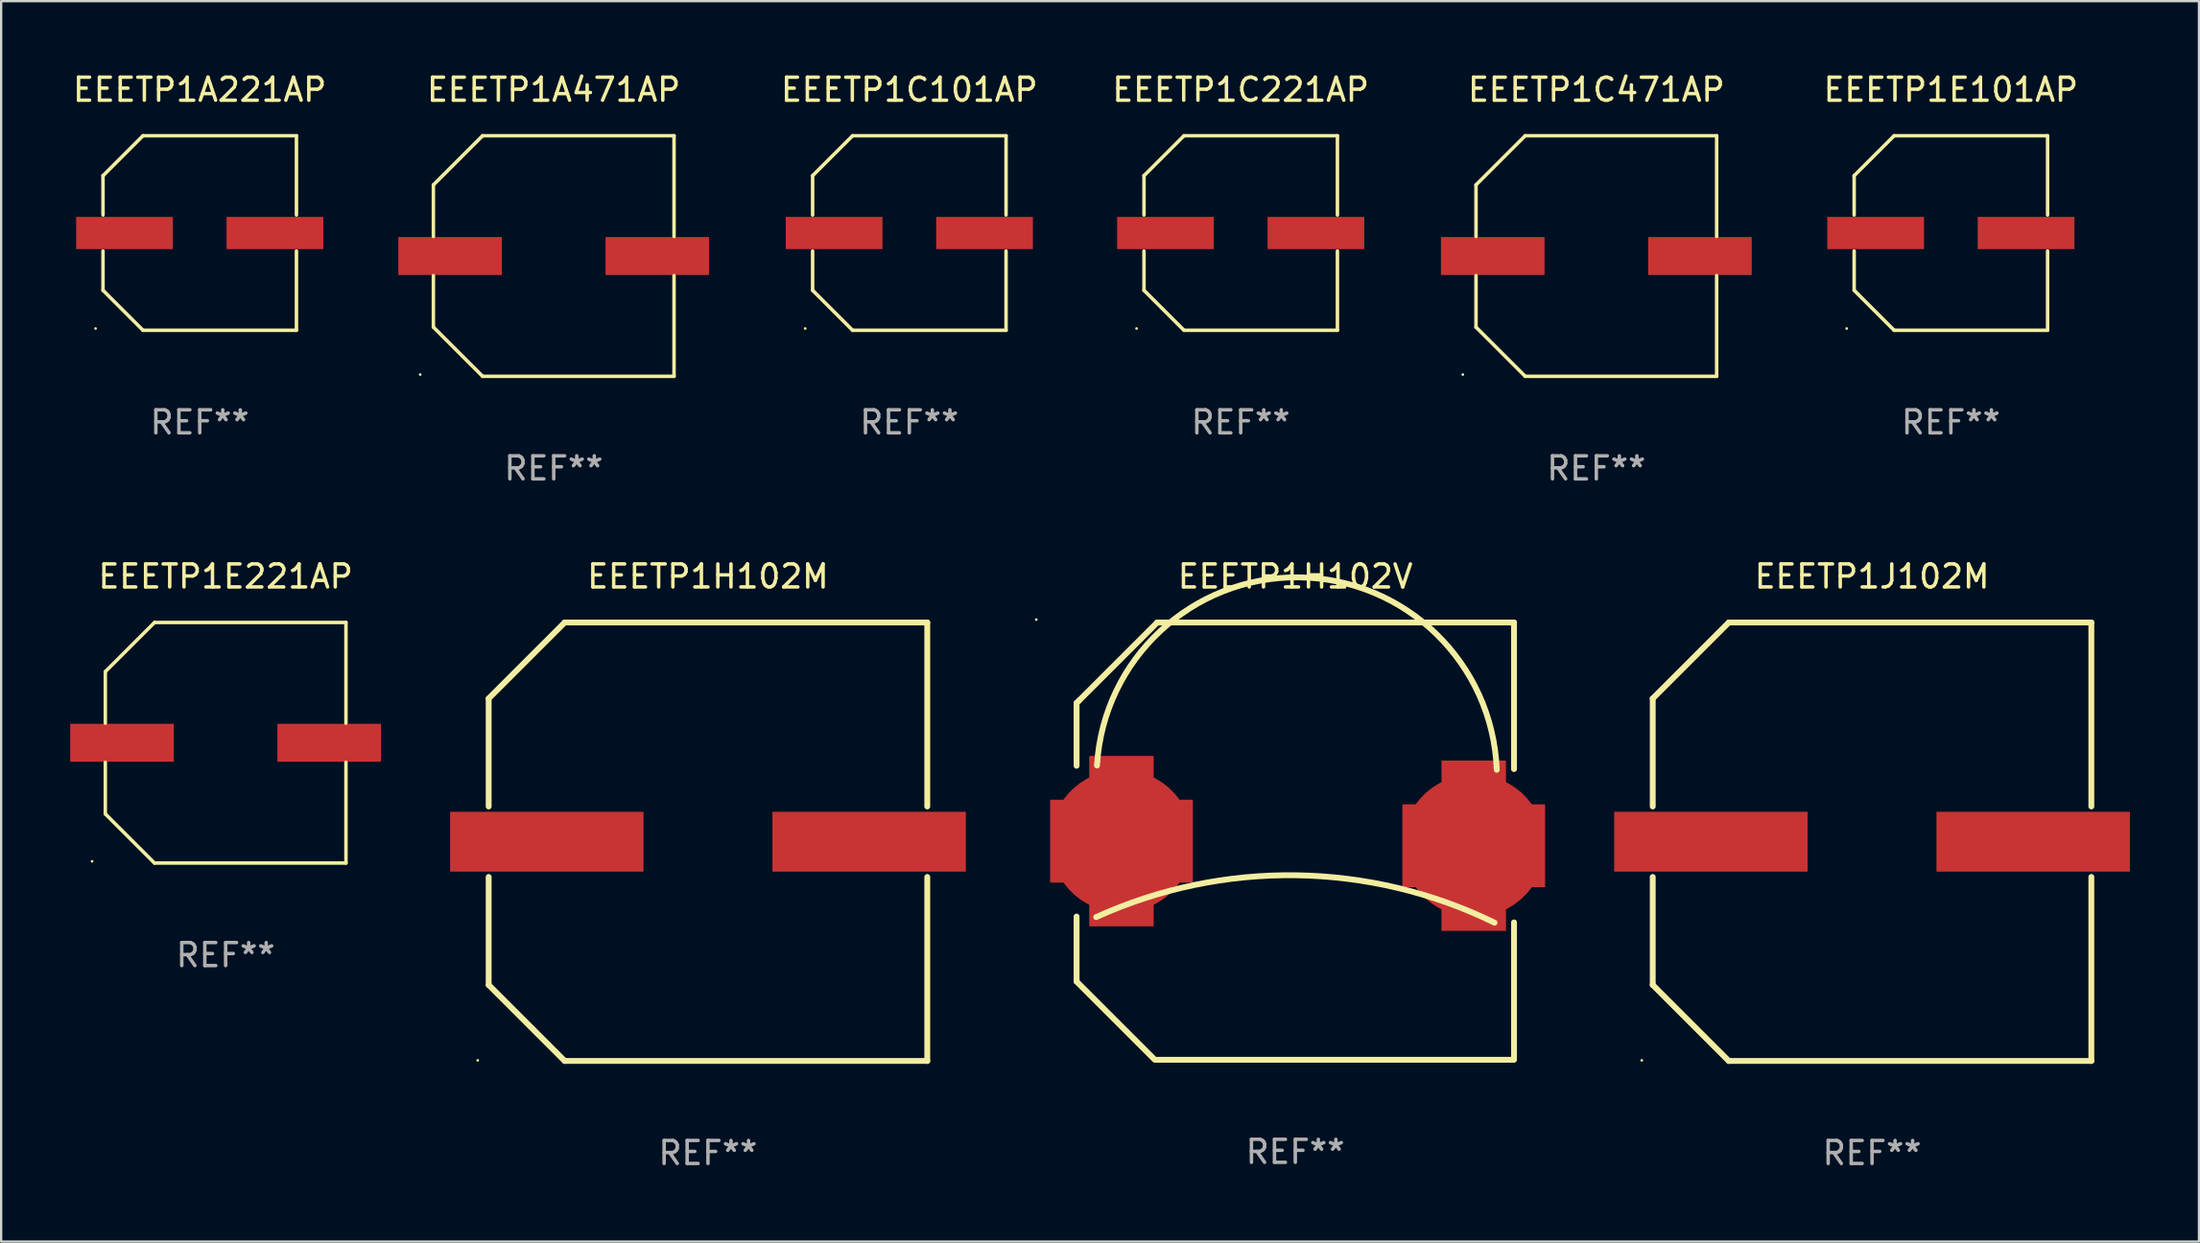
<source format=kicad_pcb>
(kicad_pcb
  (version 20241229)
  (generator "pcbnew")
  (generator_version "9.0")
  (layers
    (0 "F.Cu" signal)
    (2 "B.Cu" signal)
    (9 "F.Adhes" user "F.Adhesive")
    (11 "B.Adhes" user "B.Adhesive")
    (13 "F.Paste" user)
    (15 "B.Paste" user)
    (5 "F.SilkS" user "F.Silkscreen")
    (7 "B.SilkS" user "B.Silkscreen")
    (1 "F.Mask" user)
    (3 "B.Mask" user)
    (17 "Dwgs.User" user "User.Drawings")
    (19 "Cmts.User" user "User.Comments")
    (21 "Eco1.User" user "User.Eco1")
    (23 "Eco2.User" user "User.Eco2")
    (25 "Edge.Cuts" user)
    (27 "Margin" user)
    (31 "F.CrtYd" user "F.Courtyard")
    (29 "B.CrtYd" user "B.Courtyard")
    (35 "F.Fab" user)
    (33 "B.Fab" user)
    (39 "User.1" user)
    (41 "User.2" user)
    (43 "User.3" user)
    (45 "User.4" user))
  (footprint "EEETP1J102M"
    (layer "F.Cu")
    (at 78.26 33.522)
    (property "Reference" "EEETP1J102M" (at 0 -11.525 0) (layer "F.SilkS") (effects (font (size 1 1) (thickness 0.15))))
    (attr through_hole)
    (fp_line (start -9.525 -6.223) (end -9.525 -1.531) (stroke (width 0.254) (type solid)) (layer "F.SilkS"))
    (fp_line (start -9.525 1.531) (end -9.525 6.223) (stroke (width 0.254) (type solid)) (layer "F.SilkS"))
    (fp_line (start -9.525 6.223) (end -6.223 9.525) (stroke (width 0.254) (type solid)) (layer "F.SilkS"))
    (fp_line (start -6.223 -9.525) (end -9.525 -6.223) (stroke (width 0.254) (type solid)) (layer "F.SilkS"))
    (fp_line (start -6.223 9.525) (end 9.525 9.525) (stroke (width 0.254) (type solid)) (layer "F.SilkS"))
    (fp_line (start 9.525 -9.525) (end -6.223 -9.525) (stroke (width 0.254) (type solid)) (layer "F.SilkS"))
    (fp_line (start 9.525 -1.531) (end 9.525 -9.525) (stroke (width 0.254) (type solid)) (layer "F.SilkS"))
    (fp_line (start 9.525 9.525) (end 9.525 1.531) (stroke (width 0.254) (type solid)) (layer "F.SilkS"))
    (fp_circle (center -10 9.5) (end -9.97 9.5) (stroke (width 0.06) (type solid)) (fill no) (layer "F.SilkS"))
    (fp_text user "REF**" (at 0 13.525 0) (layer "F.Fab") (effects (font (size 1 1) (thickness 0.15))))
    (pad "1" smd rect (at -7 0) (size 8.4 2.6) (layers "F.Cu" "F.Mask" "F.Paste"))
    (pad "2" smd rect (at 7 0) (size 8.4 2.6) (layers "F.Cu" "F.Mask" "F.Paste")))
  (footprint "EEETP1C471AP"
    (layer "F.Cu")
    (at 66.285 8.074)
    (property "Reference" "EEETP1C471AP" (at 0 -7.226 0) (layer "F.SilkS") (effects (font (size 1 1) (thickness 0.15))))
    (attr through_hole)
    (fp_line (start -5.226 -3.09) (end -5.226 -0.852) (stroke (width 0.152) (type solid)) (layer "F.SilkS"))
    (fp_line (start -5.226 3.09) (end -5.226 0.852) (stroke (width 0.152) (type solid)) (layer "F.SilkS"))
    (fp_line (start -3.09 -5.226) (end -5.226 -3.09) (stroke (width 0.152) (type solid)) (layer "F.SilkS"))
    (fp_line (start -3.09 5.226) (end -5.226 3.09) (stroke (width 0.152) (type solid)) (layer "F.SilkS"))
    (fp_line (start 5.226 -5.226) (end -3.09 -5.226) (stroke (width 0.152) (type solid)) (layer "F.SilkS"))
    (fp_line (start 5.226 -0.852) (end 5.226 -5.226) (stroke (width 0.152) (type solid)) (layer "F.SilkS"))
    (fp_line (start 5.226 0.852) (end 5.226 5.226) (stroke (width 0.152) (type solid)) (layer "F.SilkS"))
    (fp_line (start 5.226 5.226) (end -3.09 5.226) (stroke (width 0.152) (type solid)) (layer "F.SilkS"))
    (fp_circle (center -5.8 5.15) (end -5.77 5.15) (stroke (width 0.06) (type solid)) (fill no) (layer "F.SilkS"))
    (fp_text user "REF**" (at 0 9.226 0) (layer "F.Fab") (effects (font (size 1 1) (thickness 0.15))))
    (pad "1" smd rect (at -4.5 0) (size 4.5 1.65) (layers "F.Cu" "F.Mask" "F.Paste"))
    (pad "2" smd rect (at 4.5 0) (size 4.5 1.65) (layers "F.Cu" "F.Mask" "F.Paste")))
  (footprint "EEETP1C101AP"
    (layer "F.Cu")
    (at 36.446 7.074)
    (property "Reference" "EEETP1C101AP" (at 0 -6.226 0) (layer "F.SilkS") (effects (font (size 1 1) (thickness 0.15))))
    (attr through_hole)
    (fp_line (start -4.201 -2.49) (end -4.201 -0.782) (stroke (width 0.152) (type solid)) (layer "F.SilkS"))
    (fp_line (start -4.201 2.49) (end -4.201 0.782) (stroke (width 0.152) (type solid)) (layer "F.SilkS"))
    (fp_line (start -2.465 -4.226) (end -4.201 -2.49) (stroke (width 0.152) (type solid)) (layer "F.SilkS"))
    (fp_line (start -2.465 4.226) (end -4.201 2.49) (stroke (width 0.152) (type solid)) (layer "F.SilkS"))
    (fp_line (start 4.201 -4.226) (end -2.465 -4.226) (stroke (width 0.152) (type solid)) (layer "F.SilkS"))
    (fp_line (start 4.201 -0.782) (end 4.201 -4.226) (stroke (width 0.152) (type solid)) (layer "F.SilkS"))
    (fp_line (start 4.201 0.782) (end 4.201 4.226) (stroke (width 0.152) (type solid)) (layer "F.SilkS"))
    (fp_line (start 4.201 4.226) (end -2.465 4.226) (stroke (width 0.152) (type solid)) (layer "F.SilkS"))
    (fp_circle (center -4.524 4.15) (end -4.494 4.15) (stroke (width 0.06) (type solid)) (fill no) (layer "F.SilkS"))
    (fp_text user "REF**" (at 0 8.226 0) (layer "F.Fab") (effects (font (size 1 1) (thickness 0.15))))
    (pad "1" smd rect (at -3.267 0) (size 4.2 1.4) (layers "F.Cu" "F.Mask" "F.Paste"))
    (pad "2" smd rect (at 3.267 0) (size 4.2 1.4) (layers "F.Cu" "F.Mask" "F.Paste")))
  (footprint "EEETP1A221AP"
    (layer "F.Cu")
    (at 5.625 7.074)
    (property "Reference" "EEETP1A221AP" (at 0 -6.226 0) (layer "F.SilkS") (effects (font (size 1 1) (thickness 0.15))))
    (attr through_hole)
    (fp_line (start -4.201 -2.49) (end -4.201 -0.782) (stroke (width 0.152) (type solid)) (layer "F.SilkS"))
    (fp_line (start -4.201 2.49) (end -4.201 0.782) (stroke (width 0.152) (type solid)) (layer "F.SilkS"))
    (fp_line (start -2.465 -4.226) (end -4.201 -2.49) (stroke (width 0.152) (type solid)) (layer "F.SilkS"))
    (fp_line (start -2.465 4.226) (end -4.201 2.49) (stroke (width 0.152) (type solid)) (layer "F.SilkS"))
    (fp_line (start 4.201 -4.226) (end -2.465 -4.226) (stroke (width 0.152) (type solid)) (layer "F.SilkS"))
    (fp_line (start 4.201 -0.782) (end 4.201 -4.226) (stroke (width 0.152) (type solid)) (layer "F.SilkS"))
    (fp_line (start 4.201 0.782) (end 4.201 4.226) (stroke (width 0.152) (type solid)) (layer "F.SilkS"))
    (fp_line (start 4.201 4.226) (end -2.465 4.226) (stroke (width 0.152) (type solid)) (layer "F.SilkS"))
    (fp_circle (center -4.524 4.15) (end -4.494 4.15) (stroke (width 0.06) (type solid)) (fill no) (layer "F.SilkS"))
    (fp_text user "REF**" (at 0 8.226 0) (layer "F.Fab") (effects (font (size 1 1) (thickness 0.15))))
    (pad "1" smd rect (at -3.267 0) (size 4.2 1.4) (layers "F.Cu" "F.Mask" "F.Paste"))
    (pad "2" smd rect (at 3.267 0) (size 4.2 1.4) (layers "F.Cu" "F.Mask" "F.Paste")))
  (footprint "EEETP1E101AP"
    (layer "F.Cu")
    (at 81.684 7.074)
    (property "Reference" "EEETP1E101AP" (at 0 -6.226 0) (layer "F.SilkS") (effects (font (size 1 1) (thickness 0.15))))
    (attr through_hole)
    (fp_line (start -4.201 -2.49) (end -4.201 -0.782) (stroke (width 0.152) (type solid)) (layer "F.SilkS"))
    (fp_line (start -4.201 2.49) (end -4.201 0.782) (stroke (width 0.152) (type solid)) (layer "F.SilkS"))
    (fp_line (start -2.465 -4.226) (end -4.201 -2.49) (stroke (width 0.152) (type solid)) (layer "F.SilkS"))
    (fp_line (start -2.465 4.226) (end -4.201 2.49) (stroke (width 0.152) (type solid)) (layer "F.SilkS"))
    (fp_line (start 4.201 -4.226) (end -2.465 -4.226) (stroke (width 0.152) (type solid)) (layer "F.SilkS"))
    (fp_line (start 4.201 -0.782) (end 4.201 -4.226) (stroke (width 0.152) (type solid)) (layer "F.SilkS"))
    (fp_line (start 4.201 0.782) (end 4.201 4.226) (stroke (width 0.152) (type solid)) (layer "F.SilkS"))
    (fp_line (start 4.201 4.226) (end -2.465 4.226) (stroke (width 0.152) (type solid)) (layer "F.SilkS"))
    (fp_circle (center -4.524 4.15) (end -4.494 4.15) (stroke (width 0.06) (type solid)) (fill no) (layer "F.SilkS"))
    (fp_text user "REF**" (at 0 8.226 0) (layer "F.Fab") (effects (font (size 1 1) (thickness 0.15))))
    (pad "1" smd rect (at -3.267 0) (size 4.2 1.4) (layers "F.Cu" "F.Mask" "F.Paste"))
    (pad "2" smd rect (at 3.267 0) (size 4.2 1.4) (layers "F.Cu" "F.Mask" "F.Paste")))
  (footprint "EEETP1C221AP"
    (layer "F.Cu")
    (at 50.839 7.074)
    (property "Reference" "EEETP1C221AP" (at 0 -6.226 0) (layer "F.SilkS") (effects (font (size 1 1) (thickness 0.15))))
    (attr through_hole)
    (fp_line (start -4.201 -2.49) (end -4.201 -0.782) (stroke (width 0.152) (type solid)) (layer "F.SilkS"))
    (fp_line (start -4.201 2.49) (end -4.201 0.782) (stroke (width 0.152) (type solid)) (layer "F.SilkS"))
    (fp_line (start -2.465 -4.226) (end -4.201 -2.49) (stroke (width 0.152) (type solid)) (layer "F.SilkS"))
    (fp_line (start -2.465 4.226) (end -4.201 2.49) (stroke (width 0.152) (type solid)) (layer "F.SilkS"))
    (fp_line (start 4.201 -4.226) (end -2.465 -4.226) (stroke (width 0.152) (type solid)) (layer "F.SilkS"))
    (fp_line (start 4.201 -0.782) (end 4.201 -4.226) (stroke (width 0.152) (type solid)) (layer "F.SilkS"))
    (fp_line (start 4.201 0.782) (end 4.201 4.226) (stroke (width 0.152) (type solid)) (layer "F.SilkS"))
    (fp_line (start 4.201 4.226) (end -2.465 4.226) (stroke (width 0.152) (type solid)) (layer "F.SilkS"))
    (fp_circle (center -4.524 4.15) (end -4.494 4.15) (stroke (width 0.06) (type solid)) (fill no) (layer "F.SilkS"))
    (fp_text user "REF**" (at 0 8.226 0) (layer "F.Fab") (effects (font (size 1 1) (thickness 0.15))))
    (pad "1" smd rect (at -3.267 0) (size 4.2 1.4) (layers "F.Cu" "F.Mask" "F.Paste"))
    (pad "2" smd rect (at 3.267 0) (size 4.2 1.4) (layers "F.Cu" "F.Mask" "F.Paste")))
  (footprint "EEETP1E221AP"
    (layer "F.Cu")
    (at 6.75 29.223)
    (property "Reference" "EEETP1E221AP" (at 0 -7.226 0) (layer "F.SilkS") (effects (font (size 1 1) (thickness 0.15))))
    (attr through_hole)
    (fp_line (start -5.226 -3.09) (end -5.226 -0.852) (stroke (width 0.152) (type solid)) (layer "F.SilkS"))
    (fp_line (start -5.226 3.09) (end -5.226 0.852) (stroke (width 0.152) (type solid)) (layer "F.SilkS"))
    (fp_line (start -3.09 -5.226) (end -5.226 -3.09) (stroke (width 0.152) (type solid)) (layer "F.SilkS"))
    (fp_line (start -3.09 5.226) (end -5.226 3.09) (stroke (width 0.152) (type solid)) (layer "F.SilkS"))
    (fp_line (start 5.226 -5.226) (end -3.09 -5.226) (stroke (width 0.152) (type solid)) (layer "F.SilkS"))
    (fp_line (start 5.226 -0.852) (end 5.226 -5.226) (stroke (width 0.152) (type solid)) (layer "F.SilkS"))
    (fp_line (start 5.226 0.852) (end 5.226 5.226) (stroke (width 0.152) (type solid)) (layer "F.SilkS"))
    (fp_line (start 5.226 5.226) (end -3.09 5.226) (stroke (width 0.152) (type solid)) (layer "F.SilkS"))
    (fp_circle (center -5.8 5.15) (end -5.77 5.15) (stroke (width 0.06) (type solid)) (fill no) (layer "F.SilkS"))
    (fp_text user "REF**" (at 0 9.226 0) (layer "F.Fab") (effects (font (size 1 1) (thickness 0.15))))
    (pad "1" smd rect (at -4.5 0) (size 4.5 1.65) (layers "F.Cu" "F.Mask" "F.Paste"))
    (pad "2" smd rect (at 4.5 0) (size 4.5 1.65) (layers "F.Cu" "F.Mask" "F.Paste")))
  (footprint "EEETP1H102V"
    (layer "F.Cu")
    (at 53.21 33.497)
    (property "Reference" "EEETP1H102V" (at 0 -11.5 0) (layer "F.SilkS") (effects (font (size 1 1) (thickness 0.15))))
    (attr through_hole)
    (fp_line (start -9.5 -6) (end -9.5 -3.275) (stroke (width 0.254) (type solid)) (layer "F.SilkS"))
    (fp_line (start -9.5 -6) (end -9.401 -6.099) (stroke (width 0.254) (type solid)) (layer "F.SilkS"))
    (fp_line (start -9.5 3.275) (end -9.5 6) (stroke (width 0.254) (type solid)) (layer "F.SilkS"))
    (fp_line (start -9.5 6) (end -9.5 6.1) (stroke (width 0.254) (type solid)) (layer "F.SilkS"))
    (fp_line (start -9.5 6.1) (end -6.1 9.5) (stroke (width 0.254) (type solid)) (layer "F.SilkS"))
    (fp_line (start -9.401 -6.099) (end -6 -9.497) (stroke (width 0.254) (type solid)) (layer "F.SilkS"))
    (fp_line (start -6 -9.5) (end 9.5 -9.5) (stroke (width 0.254) (type solid)) (layer "F.SilkS"))
    (fp_line (start -6 9.5) (end 9.5 9.5) (stroke (width 0.254) (type solid)) (layer "F.SilkS"))
    (fp_line (start 9.5 -9.5) (end 9.5 -3.131) (stroke (width 0.254) (type solid)) (layer "F.SilkS"))
    (fp_line (start 9.5 3.531) (end 9.5 9.4) (stroke (width 0.254) (type solid)) (layer "F.SilkS"))
    (fp_arc (start -8.649975 3.3) (mid 0.029226 1.482607) (end 8.654013 3.542824) (stroke (width 0.254001) (type solid)) (layer "F.SilkS"))
    (fp_arc (start -8.613221 -3.286056) (mid 0.157012 -11.462367) (end 8.750025 -3.1) (stroke (width 0.254001) (type solid)) (layer "F.SilkS"))
    (fp_circle (center -11.25 -9.627) (end -11.22 -9.627) (stroke (width 0.06) (type solid)) (fill no) (layer "F.SilkS"))
    (fp_text user "REF**" (at 0 13.5 0) (layer "F.Fab") (effects (font (size 1 1) (thickness 0.15))))
    (pad "1" smd custom (at -7.55 0 90) (size 6.2 7.4) (layers "F.Cu" "F.Mask" "F.Paste") (options (anchor circle)) (primitives (gr_poly (pts (xy -1.8 3.1) (xy -1.8 1.4) (xy -3.7 1.4) (xy -3.7 -1.4) (xy -1.8 -1.4) (xy -1.8 -3.1) (xy 1.8 -3.1) (xy 1.8 -1.4) (xy 3.7 -1.4) (xy 3.7 1.4) (xy 1.8 1.4) (xy 1.8 3.1)) (width 0) (fill yes))))
    (pad "2" smd custom (at 7.75 0.2 90) (size 6.2 7.4) (layers "F.Cu" "F.Mask" "F.Paste") (options (anchor circle)) (primitives (gr_poly (pts (xy -1.8 3.1) (xy -1.8 1.4) (xy -3.7 1.4) (xy -3.7 -1.4) (xy -1.8 -1.4) (xy -1.8 -3.1) (xy 1.8 -3.1) (xy 1.8 -1.4) (xy 3.7 -1.4) (xy 3.7 1.4) (xy 1.8 1.4) (xy 1.8 3.1)) (width 0) (fill yes)))))
  (footprint "EEETP1A471AP"
    (layer "F.Cu")
    (at 21 8.074)
    (property "Reference" "EEETP1A471AP" (at 0 -7.226 0) (layer "F.SilkS") (effects (font (size 1 1) (thickness 0.15))))
    (attr through_hole)
    (fp_line (start -5.226 -3.09) (end -5.226 -0.852) (stroke (width 0.152) (type solid)) (layer "F.SilkS"))
    (fp_line (start -5.226 3.09) (end -5.226 0.852) (stroke (width 0.152) (type solid)) (layer "F.SilkS"))
    (fp_line (start -3.09 -5.226) (end -5.226 -3.09) (stroke (width 0.152) (type solid)) (layer "F.SilkS"))
    (fp_line (start -3.09 5.226) (end -5.226 3.09) (stroke (width 0.152) (type solid)) (layer "F.SilkS"))
    (fp_line (start 5.226 -5.226) (end -3.09 -5.226) (stroke (width 0.152) (type solid)) (layer "F.SilkS"))
    (fp_line (start 5.226 -0.852) (end 5.226 -5.226) (stroke (width 0.152) (type solid)) (layer "F.SilkS"))
    (fp_line (start 5.226 0.852) (end 5.226 5.226) (stroke (width 0.152) (type solid)) (layer "F.SilkS"))
    (fp_line (start 5.226 5.226) (end -3.09 5.226) (stroke (width 0.152) (type solid)) (layer "F.SilkS"))
    (fp_circle (center -5.8 5.15) (end -5.77 5.15) (stroke (width 0.06) (type solid)) (fill no) (layer "F.SilkS"))
    (fp_text user "REF**" (at 0 9.226 0) (layer "F.Fab") (effects (font (size 1 1) (thickness 0.15))))
    (pad "1" smd rect (at -4.5 0) (size 4.5 1.65) (layers "F.Cu" "F.Mask" "F.Paste"))
    (pad "2" smd rect (at 4.5 0) (size 4.5 1.65) (layers "F.Cu" "F.Mask" "F.Paste")))
  (footprint "EEETP1H102M"
    (layer "F.Cu")
    (at 27.7 33.522)
    (property "Reference" "EEETP1H102M" (at 0 -11.525 0) (layer "F.SilkS") (effects (font (size 1 1) (thickness 0.15))))
    (attr through_hole)
    (fp_line (start -9.525 -6.223) (end -9.525 -1.531) (stroke (width 0.254) (type solid)) (layer "F.SilkS"))
    (fp_line (start -9.525 1.531) (end -9.525 6.223) (stroke (width 0.254) (type solid)) (layer "F.SilkS"))
    (fp_line (start -9.525 6.223) (end -6.223 9.525) (stroke (width 0.254) (type solid)) (layer "F.SilkS"))
    (fp_line (start -6.223 -9.525) (end -9.525 -6.223) (stroke (width 0.254) (type solid)) (layer "F.SilkS"))
    (fp_line (start -6.223 9.525) (end 9.525 9.525) (stroke (width 0.254) (type solid)) (layer "F.SilkS"))
    (fp_line (start 9.525 -9.525) (end -6.223 -9.525) (stroke (width 0.254) (type solid)) (layer "F.SilkS"))
    (fp_line (start 9.525 -1.531) (end 9.525 -9.525) (stroke (width 0.254) (type solid)) (layer "F.SilkS"))
    (fp_line (start 9.525 9.525) (end 9.525 1.531) (stroke (width 0.254) (type solid)) (layer "F.SilkS"))
    (fp_circle (center -10 9.5) (end -9.97 9.5) (stroke (width 0.06) (type solid)) (fill no) (layer "F.SilkS"))
    (fp_text user "REF**" (at 0 13.525 0) (layer "F.Fab") (effects (font (size 1 1) (thickness 0.15))))
    (pad "1" smd rect (at -7 0) (size 8.4 2.6) (layers "F.Cu" "F.Mask" "F.Paste"))
    (pad "2" smd rect (at 7 0) (size 8.4 2.6) (layers "F.Cu" "F.Mask" "F.Paste")))
  (gr_rect
    (start -3 -3)
    (end 92.46 50.896)
    (stroke (width 0.1) (type default))
    (fill no)
    (layer "Edge.Cuts")))
</source>
